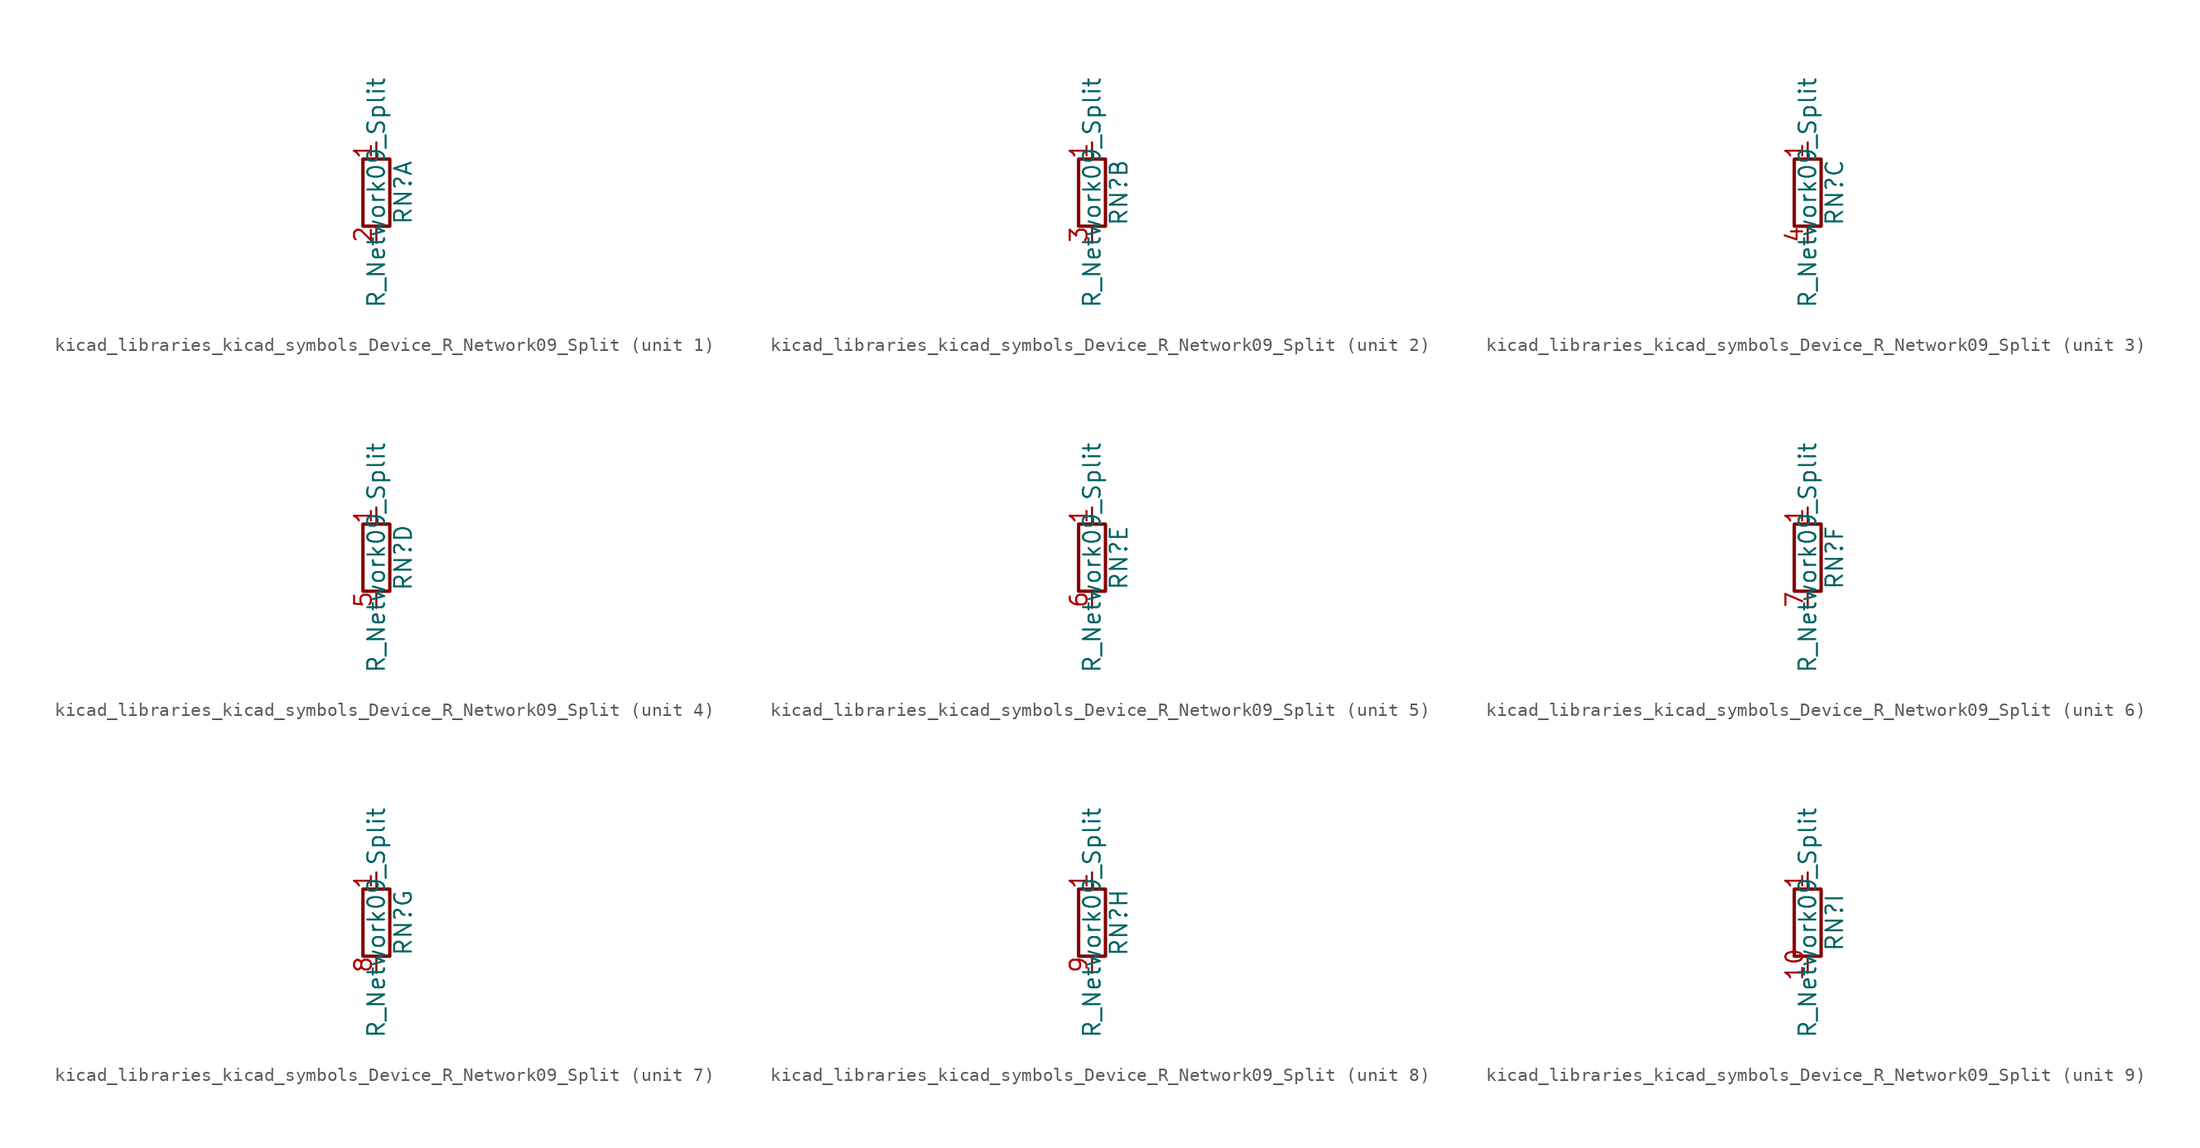
<source format=kicad_sym>
(kicad_symbol_lib
  (version 20220914)
  (generator kicad_symbol_editor)
  (symbol "kicad_libraries_kicad_symbols_Device_R_Network09_Split"
    (pin_names
      (offset 0) hide)
    (property "Reference" "RN"
      (at 2.032 0 90)
      (effects (font (size 1.27 1.27))))
    (property "Value" "R_Network09_Split"
      (at 0 0 90)
      (effects (font (size 1.27 1.27))))
    (symbol "kicad_libraries_kicad_symbols_Device_R_Network09_Split_0_1"
      (rectangle (start 1.016 2.54) (end -1.016 -2.54) (stroke (width 0.254) (type default)) (fill (type none)))
      (pin passive line (at 0 3.81 270) (length 1.27) (name "R1" (effects (font (size 1.27 1.27)))) (number "1" (effects (font (size 1.27 1.27))))))
    (symbol "kicad_libraries_kicad_symbols_Device_R_Network09_Split_1_1"
      (pin passive line (at 0 -3.81 90) (length 1.27) (name "R1.2" (effects (font (size 1.27 1.27)))) (number "2" (effects (font (size 1.27 1.27))))))
    (symbol "kicad_libraries_kicad_symbols_Device_R_Network09_Split_2_1"
      (pin passive line (at 0 -3.81 90) (length 1.27) (name "R2.2" (effects (font (size 1.27 1.27)))) (number "3" (effects (font (size 1.27 1.27))))))
    (symbol "kicad_libraries_kicad_symbols_Device_R_Network09_Split_3_1"
      (pin passive line (at 0 -3.81 90) (length 1.27) (name "R3.2" (effects (font (size 1.27 1.27)))) (number "4" (effects (font (size 1.27 1.27))))))
    (symbol "kicad_libraries_kicad_symbols_Device_R_Network09_Split_4_1"
      (pin passive line (at 0 -3.81 90) (length 1.27) (name "R4.2" (effects (font (size 1.27 1.27)))) (number "5" (effects (font (size 1.27 1.27))))))
    (symbol "kicad_libraries_kicad_symbols_Device_R_Network09_Split_5_1"
      (pin passive line (at 0 -3.81 90) (length 1.27) (name "R5.2" (effects (font (size 1.27 1.27)))) (number "6" (effects (font (size 1.27 1.27))))))
    (symbol "kicad_libraries_kicad_symbols_Device_R_Network09_Split_6_1"
      (pin passive line (at 0 -3.81 90) (length 1.27) (name "R6.2" (effects (font (size 1.27 1.27)))) (number "7" (effects (font (size 1.27 1.27))))))
    (symbol "kicad_libraries_kicad_symbols_Device_R_Network09_Split_7_1"
      (pin passive line (at 0 -3.81 90) (length 1.27) (name "R7.2" (effects (font (size 1.27 1.27)))) (number "8" (effects (font (size 1.27 1.27))))))
    (symbol "kicad_libraries_kicad_symbols_Device_R_Network09_Split_8_1"
      (pin passive line (at 0 -3.81 90) (length 1.27) (name "R8.2" (effects (font (size 1.27 1.27)))) (number "9" (effects (font (size 1.27 1.27))))))
    (symbol "kicad_libraries_kicad_symbols_Device_R_Network09_Split_9_1"
      (pin passive line (at 0 -3.81 90) (length 1.27) (name "R9.2" (effects (font (size 1.27 1.27)))) (number "10" (effects (font (size 1.27 1.27))))))))
</source>
